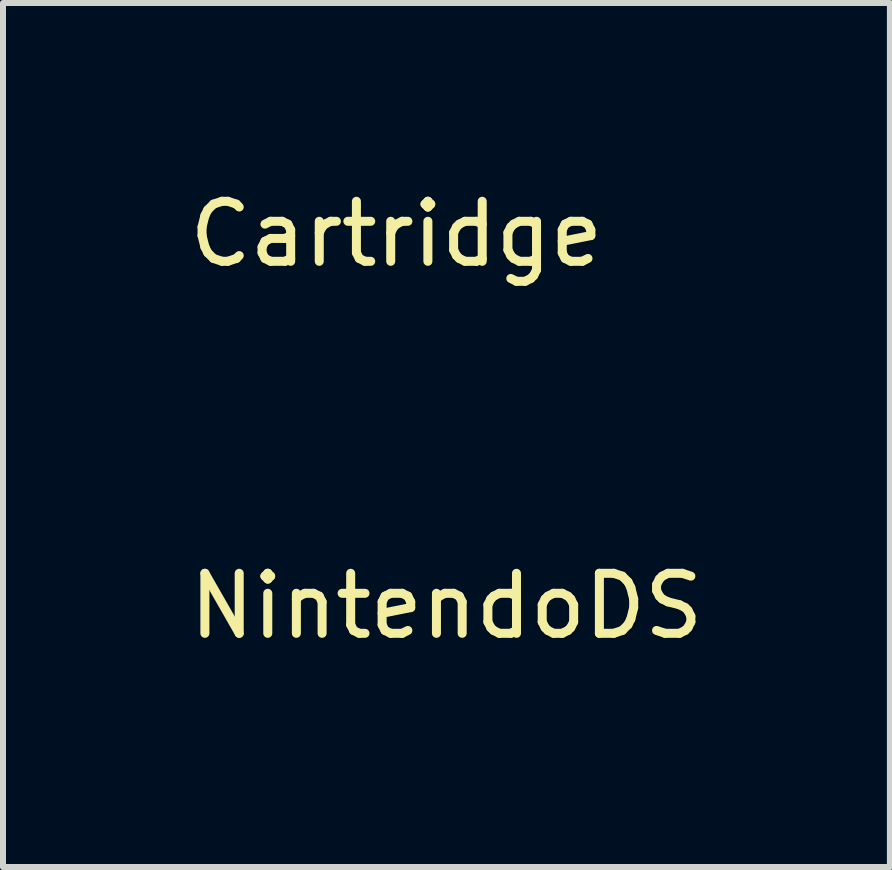
<source format=kicad_pcb>
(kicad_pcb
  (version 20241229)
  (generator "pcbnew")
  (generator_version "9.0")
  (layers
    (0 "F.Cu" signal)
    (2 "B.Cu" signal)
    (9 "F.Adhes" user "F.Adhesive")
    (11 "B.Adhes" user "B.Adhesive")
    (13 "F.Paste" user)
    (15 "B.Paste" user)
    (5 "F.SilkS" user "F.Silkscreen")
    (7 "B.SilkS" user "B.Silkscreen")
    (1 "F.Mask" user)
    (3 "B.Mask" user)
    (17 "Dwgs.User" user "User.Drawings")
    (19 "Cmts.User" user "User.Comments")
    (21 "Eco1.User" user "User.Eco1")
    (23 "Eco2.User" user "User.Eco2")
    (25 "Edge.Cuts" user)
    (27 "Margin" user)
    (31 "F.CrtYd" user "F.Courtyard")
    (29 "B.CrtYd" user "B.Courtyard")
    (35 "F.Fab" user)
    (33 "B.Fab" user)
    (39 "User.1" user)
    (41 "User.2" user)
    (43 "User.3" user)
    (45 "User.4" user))
  (footprint "NintendoDS"
    (layer "F.Cu")
    (at 4.387 7.545)
    (property "Reference" "NintendoDS" (at 0 -0.5 0) (unlocked yes) (layer "F.SilkS") (effects (font (size 1 1) (thickness 0.15)))))
  (footprint "Cartridge"
    (layer "F.Cu")
    (at 3.554 1.348)
    (property "Reference" "Cartridge" (at 0 -0.5 0) (unlocked yes) (layer "F.SilkS") (effects (font (size 1 1) (thickness 0.15)))))
  (gr_rect
    (start -3 -3)
    (end 11.774 11.393)
    (stroke (width 0.1) (type default))
    (fill no)
    (layer "Edge.Cuts")))
</source>
